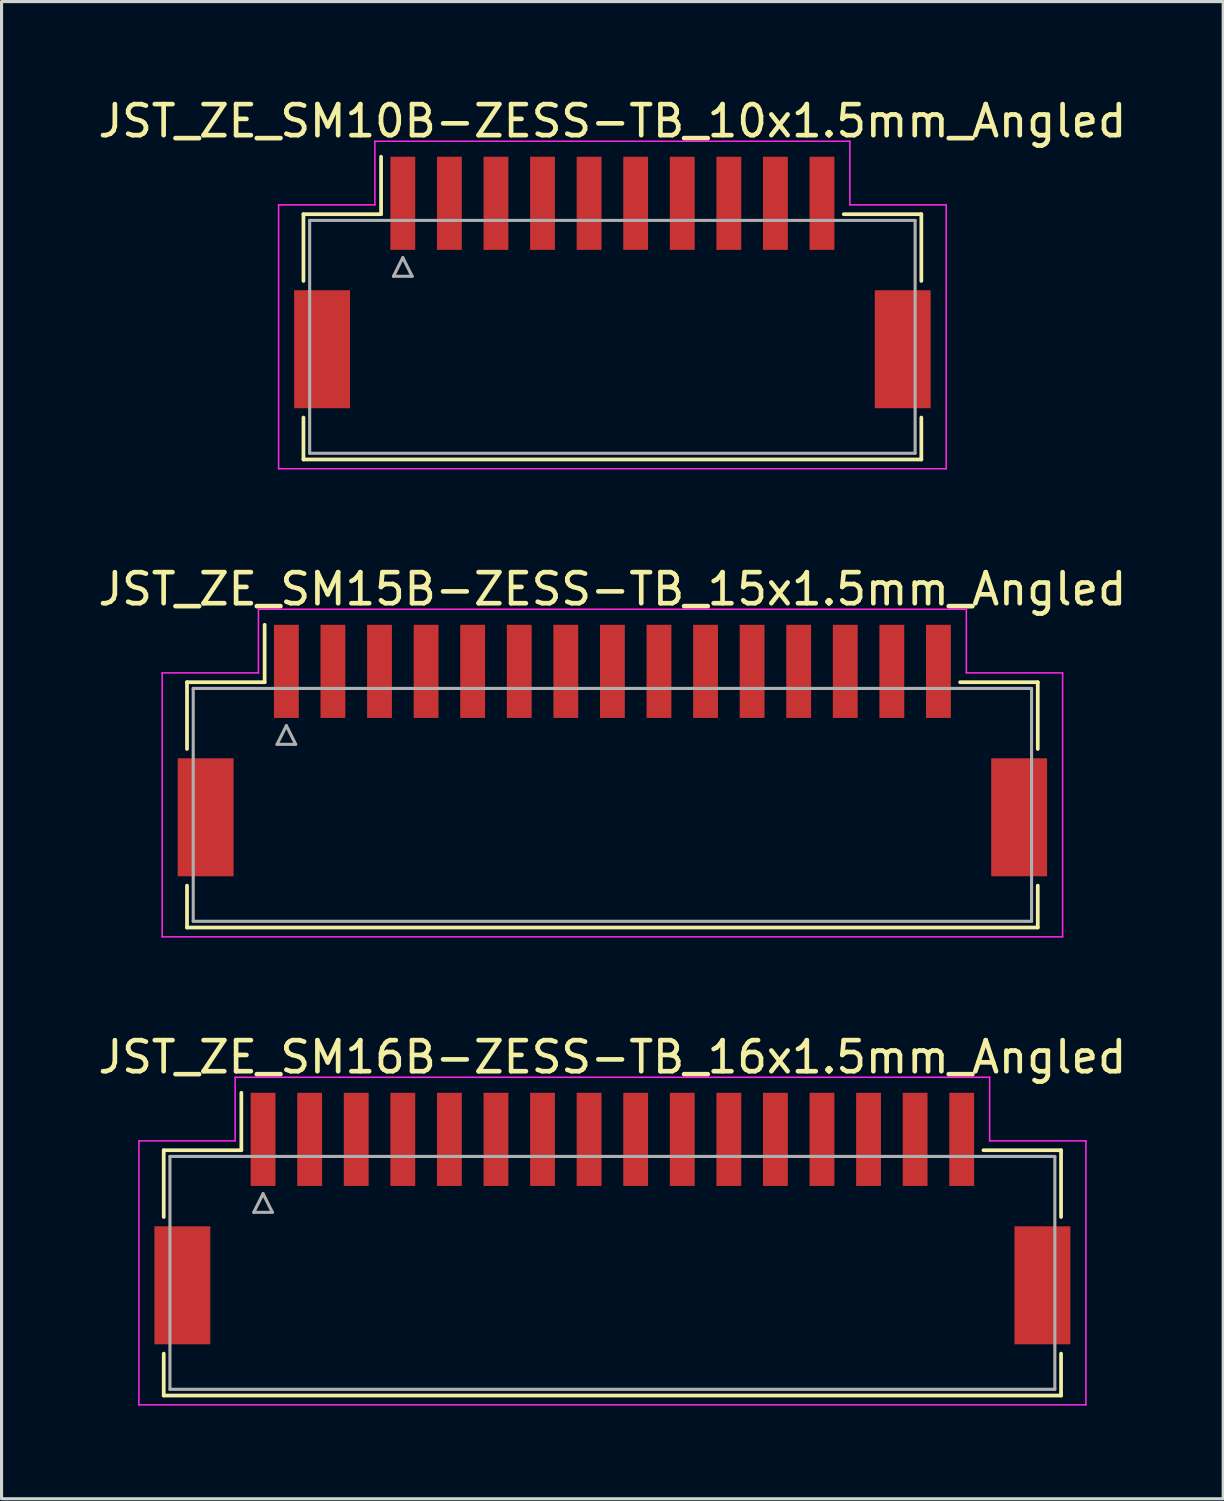
<source format=kicad_pcb>
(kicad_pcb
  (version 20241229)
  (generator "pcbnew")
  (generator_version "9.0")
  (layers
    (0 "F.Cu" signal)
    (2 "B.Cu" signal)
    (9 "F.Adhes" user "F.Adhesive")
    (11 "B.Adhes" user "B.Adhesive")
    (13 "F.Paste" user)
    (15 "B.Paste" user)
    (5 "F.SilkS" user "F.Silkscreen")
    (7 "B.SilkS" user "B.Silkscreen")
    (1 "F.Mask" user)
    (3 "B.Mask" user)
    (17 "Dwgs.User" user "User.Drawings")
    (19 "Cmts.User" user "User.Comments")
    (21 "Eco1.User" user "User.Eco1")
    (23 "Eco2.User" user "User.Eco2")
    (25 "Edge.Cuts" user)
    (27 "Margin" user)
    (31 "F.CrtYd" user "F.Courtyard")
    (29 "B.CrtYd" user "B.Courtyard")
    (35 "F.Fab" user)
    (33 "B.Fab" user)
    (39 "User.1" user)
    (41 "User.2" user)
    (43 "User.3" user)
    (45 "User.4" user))
  (footprint "JST_ZE_SM15B-ZESS-TB_15x1.5mm_Angled"
    (layer "F.Cu")
    (at 16.673 20.922)
    (property "Reference" "JST_ZE_SM15B-ZESS-TB_15x1.5mm_Angled" (at 0 -5 0) (layer "F.SilkS") (effects (font (size 1 1) (thickness 0.15))))
    (attr smd)
    (fp_line (start -13.7 -2) (end -11.2 -2) (stroke (width 0.12) (type solid)) (layer "F.SilkS"))
    (fp_line (start -13.7 0.15) (end -13.7 -2) (stroke (width 0.12) (type solid)) (layer "F.SilkS"))
    (fp_line (start -13.7 4.55) (end -13.7 5.9) (stroke (width 0.12) (type solid)) (layer "F.SilkS"))
    (fp_line (start -13.7 5.9) (end 13.7 5.9) (stroke (width 0.12) (type solid)) (layer "F.SilkS"))
    (fp_line (start -11.2 -2) (end -11.2 -3.85) (stroke (width 0.12) (type solid)) (layer "F.SilkS"))
    (fp_line (start 13.7 -2) (end 11.2 -2) (stroke (width 0.12) (type solid)) (layer "F.SilkS"))
    (fp_line (start 13.7 0.15) (end 13.7 -2) (stroke (width 0.12) (type solid)) (layer "F.SilkS"))
    (fp_line (start 13.7 5.9) (end 13.7 4.55) (stroke (width 0.12) (type solid)) (layer "F.SilkS"))
    (fp_line (start -14.5 -2.3) (end -14.5 6.2) (stroke (width 0.05) (type solid)) (layer "F.CrtYd"))
    (fp_line (start -14.5 6.2) (end 14.5 6.2) (stroke (width 0.05) (type solid)) (layer "F.CrtYd"))
    (fp_line (start -11.4 -4.35) (end -11.4 -2.3) (stroke (width 0.05) (type solid)) (layer "F.CrtYd"))
    (fp_line (start -11.4 -2.3) (end -14.5 -2.3) (stroke (width 0.05) (type solid)) (layer "F.CrtYd"))
    (fp_line (start 11.4 -4.35) (end -11.4 -4.35) (stroke (width 0.05) (type solid)) (layer "F.CrtYd"))
    (fp_line (start 11.4 -2.3) (end 11.4 -4.35) (stroke (width 0.05) (type solid)) (layer "F.CrtYd"))
    (fp_line (start 14.5 -2.3) (end 11.4 -2.3) (stroke (width 0.05) (type solid)) (layer "F.CrtYd"))
    (fp_line (start 14.5 6.2) (end 14.5 -2.3) (stroke (width 0.05) (type solid)) (layer "F.CrtYd"))
    (fp_line (start -13.5 -1.8) (end -13.5 5.7) (stroke (width 0.1) (type solid)) (layer "F.Fab"))
    (fp_line (start -13.5 5.7) (end 13.5 5.7) (stroke (width 0.1) (type solid)) (layer "F.Fab"))
    (fp_line (start -10.8 0) (end -10.2 0) (stroke (width 0.1) (type solid)) (layer "F.Fab"))
    (fp_line (start -10.5 -0.6) (end -10.8 0) (stroke (width 0.1) (type solid)) (layer "F.Fab"))
    (fp_line (start -10.2 0) (end -10.5 -0.6) (stroke (width 0.1) (type solid)) (layer "F.Fab"))
    (fp_line (start 13.5 -1.8) (end -13.5 -1.8) (stroke (width 0.1) (type solid)) (layer "F.Fab"))
    (fp_line (start 13.5 5.7) (end 13.5 -1.8) (stroke (width 0.1) (type solid)) (layer "F.Fab"))
    (pad "" smd rect (at -13.1 2.35) (size 1.8 3.8) (layers "F.Cu" "F.Mask" "F.Paste"))
    (pad "" smd rect (at 13.1 2.35) (size 1.8 3.8) (layers "F.Cu" "F.Mask" "F.Paste"))
    (pad "1" smd rect (at -10.5 -2.35) (size 0.8 3) (layers "F.Cu" "F.Mask" "F.Paste"))
    (pad "2" smd rect (at -9 -2.35) (size 0.8 3) (layers "F.Cu" "F.Mask" "F.Paste"))
    (pad "3" smd rect (at -7.5 -2.35) (size 0.8 3) (layers "F.Cu" "F.Mask" "F.Paste"))
    (pad "4" smd rect (at -6 -2.35) (size 0.8 3) (layers "F.Cu" "F.Mask" "F.Paste"))
    (pad "5" smd rect (at -4.5 -2.35) (size 0.8 3) (layers "F.Cu" "F.Mask" "F.Paste"))
    (pad "6" smd rect (at -3 -2.35) (size 0.8 3) (layers "F.Cu" "F.Mask" "F.Paste"))
    (pad "7" smd rect (at -1.5 -2.35) (size 0.8 3) (layers "F.Cu" "F.Mask" "F.Paste"))
    (pad "8" smd rect (at 0 -2.35) (size 0.8 3) (layers "F.Cu" "F.Mask" "F.Paste"))
    (pad "9" smd rect (at 1.5 -2.35) (size 0.8 3) (layers "F.Cu" "F.Mask" "F.Paste"))
    (pad "10" smd rect (at 3 -2.35) (size 0.8 3) (layers "F.Cu" "F.Mask" "F.Paste"))
    (pad "11" smd rect (at 4.5 -2.35) (size 0.8 3) (layers "F.Cu" "F.Mask" "F.Paste"))
    (pad "12" smd rect (at 6 -2.35) (size 0.8 3) (layers "F.Cu" "F.Mask" "F.Paste"))
    (pad "13" smd rect (at 7.5 -2.35) (size 0.8 3) (layers "F.Cu" "F.Mask" "F.Paste"))
    (pad "14" smd rect (at 9 -2.35) (size 0.8 3) (layers "F.Cu" "F.Mask" "F.Paste"))
    (pad "15" smd rect (at 10.5 -2.35) (size 0.8 3) (layers "F.Cu" "F.Mask" "F.Paste")))
  (footprint "JST_ZE_SM16B-ZESS-TB_16x1.5mm_Angled"
    (layer "F.Cu")
    (at 16.673 35.995)
    (property "Reference" "JST_ZE_SM16B-ZESS-TB_16x1.5mm_Angled" (at 0 -5 0) (layer "F.SilkS") (effects (font (size 1 1) (thickness 0.15))))
    (attr smd)
    (fp_line (start -14.45 -2) (end -11.95 -2) (stroke (width 0.12) (type solid)) (layer "F.SilkS"))
    (fp_line (start -14.45 0.15) (end -14.45 -2) (stroke (width 0.12) (type solid)) (layer "F.SilkS"))
    (fp_line (start -14.45 4.55) (end -14.45 5.9) (stroke (width 0.12) (type solid)) (layer "F.SilkS"))
    (fp_line (start -14.45 5.9) (end 14.45 5.9) (stroke (width 0.12) (type solid)) (layer "F.SilkS"))
    (fp_line (start -11.95 -2) (end -11.95 -3.85) (stroke (width 0.12) (type solid)) (layer "F.SilkS"))
    (fp_line (start 14.45 -2) (end 11.95 -2) (stroke (width 0.12) (type solid)) (layer "F.SilkS"))
    (fp_line (start 14.45 0.15) (end 14.45 -2) (stroke (width 0.12) (type solid)) (layer "F.SilkS"))
    (fp_line (start 14.45 5.9) (end 14.45 4.55) (stroke (width 0.12) (type solid)) (layer "F.SilkS"))
    (fp_line (start -15.25 -2.3) (end -15.25 6.2) (stroke (width 0.05) (type solid)) (layer "F.CrtYd"))
    (fp_line (start -15.25 6.2) (end 15.25 6.2) (stroke (width 0.05) (type solid)) (layer "F.CrtYd"))
    (fp_line (start -12.15 -4.35) (end -12.15 -2.3) (stroke (width 0.05) (type solid)) (layer "F.CrtYd"))
    (fp_line (start -12.15 -2.3) (end -15.25 -2.3) (stroke (width 0.05) (type solid)) (layer "F.CrtYd"))
    (fp_line (start 12.15 -4.35) (end -12.15 -4.35) (stroke (width 0.05) (type solid)) (layer "F.CrtYd"))
    (fp_line (start 12.15 -2.3) (end 12.15 -4.35) (stroke (width 0.05) (type solid)) (layer "F.CrtYd"))
    (fp_line (start 15.25 -2.3) (end 12.15 -2.3) (stroke (width 0.05) (type solid)) (layer "F.CrtYd"))
    (fp_line (start 15.25 6.2) (end 15.25 -2.3) (stroke (width 0.05) (type solid)) (layer "F.CrtYd"))
    (fp_line (start -14.25 -1.8) (end -14.25 5.7) (stroke (width 0.1) (type solid)) (layer "F.Fab"))
    (fp_line (start -14.25 5.7) (end 14.25 5.7) (stroke (width 0.1) (type solid)) (layer "F.Fab"))
    (fp_line (start -11.55 0) (end -10.95 0) (stroke (width 0.1) (type solid)) (layer "F.Fab"))
    (fp_line (start -11.25 -0.6) (end -11.55 0) (stroke (width 0.1) (type solid)) (layer "F.Fab"))
    (fp_line (start -10.95 0) (end -11.25 -0.6) (stroke (width 0.1) (type solid)) (layer "F.Fab"))
    (fp_line (start 14.25 -1.8) (end -14.25 -1.8) (stroke (width 0.1) (type solid)) (layer "F.Fab"))
    (fp_line (start 14.25 5.7) (end 14.25 -1.8) (stroke (width 0.1) (type solid)) (layer "F.Fab"))
    (pad "" smd rect (at -13.85 2.35) (size 1.8 3.8) (layers "F.Cu" "F.Mask" "F.Paste"))
    (pad "" smd rect (at 13.85 2.35) (size 1.8 3.8) (layers "F.Cu" "F.Mask" "F.Paste"))
    (pad "1" smd rect (at -11.25 -2.35) (size 0.8 3) (layers "F.Cu" "F.Mask" "F.Paste"))
    (pad "2" smd rect (at -9.75 -2.35) (size 0.8 3) (layers "F.Cu" "F.Mask" "F.Paste"))
    (pad "3" smd rect (at -8.25 -2.35) (size 0.8 3) (layers "F.Cu" "F.Mask" "F.Paste"))
    (pad "4" smd rect (at -6.75 -2.35) (size 0.8 3) (layers "F.Cu" "F.Mask" "F.Paste"))
    (pad "5" smd rect (at -5.25 -2.35) (size 0.8 3) (layers "F.Cu" "F.Mask" "F.Paste"))
    (pad "6" smd rect (at -3.75 -2.35) (size 0.8 3) (layers "F.Cu" "F.Mask" "F.Paste"))
    (pad "7" smd rect (at -2.25 -2.35) (size 0.8 3) (layers "F.Cu" "F.Mask" "F.Paste"))
    (pad "8" smd rect (at -0.75 -2.35) (size 0.8 3) (layers "F.Cu" "F.Mask" "F.Paste"))
    (pad "9" smd rect (at 0.75 -2.35) (size 0.8 3) (layers "F.Cu" "F.Mask" "F.Paste"))
    (pad "10" smd rect (at 2.25 -2.35) (size 0.8 3) (layers "F.Cu" "F.Mask" "F.Paste"))
    (pad "11" smd rect (at 3.75 -2.35) (size 0.8 3) (layers "F.Cu" "F.Mask" "F.Paste"))
    (pad "12" smd rect (at 5.25 -2.35) (size 0.8 3) (layers "F.Cu" "F.Mask" "F.Paste"))
    (pad "13" smd rect (at 6.75 -2.35) (size 0.8 3) (layers "F.Cu" "F.Mask" "F.Paste"))
    (pad "14" smd rect (at 8.25 -2.35) (size 0.8 3) (layers "F.Cu" "F.Mask" "F.Paste"))
    (pad "15" smd rect (at 9.75 -2.35) (size 0.8 3) (layers "F.Cu" "F.Mask" "F.Paste"))
    (pad "16" smd rect (at 11.25 -2.35) (size 0.8 3) (layers "F.Cu" "F.Mask" "F.Paste")))
  (footprint "JST_ZE_SM10B-ZESS-TB_10x1.5mm_Angled"
    (layer "F.Cu")
    (at 16.673 5.848)
    (property "Reference" "JST_ZE_SM10B-ZESS-TB_10x1.5mm_Angled" (at 0 -5 0) (layer "F.SilkS") (effects (font (size 1 1) (thickness 0.15))))
    (attr smd)
    (fp_line (start -9.95 -2) (end -7.45 -2) (stroke (width 0.12) (type solid)) (layer "F.SilkS"))
    (fp_line (start -9.95 0.15) (end -9.95 -2) (stroke (width 0.12) (type solid)) (layer "F.SilkS"))
    (fp_line (start -9.95 4.55) (end -9.95 5.9) (stroke (width 0.12) (type solid)) (layer "F.SilkS"))
    (fp_line (start -9.95 5.9) (end 9.95 5.9) (stroke (width 0.12) (type solid)) (layer "F.SilkS"))
    (fp_line (start -7.45 -2) (end -7.45 -3.85) (stroke (width 0.12) (type solid)) (layer "F.SilkS"))
    (fp_line (start 9.95 -2) (end 7.45 -2) (stroke (width 0.12) (type solid)) (layer "F.SilkS"))
    (fp_line (start 9.95 0.15) (end 9.95 -2) (stroke (width 0.12) (type solid)) (layer "F.SilkS"))
    (fp_line (start 9.95 5.9) (end 9.95 4.55) (stroke (width 0.12) (type solid)) (layer "F.SilkS"))
    (fp_line (start -10.75 -2.3) (end -10.75 6.2) (stroke (width 0.05) (type solid)) (layer "F.CrtYd"))
    (fp_line (start -10.75 6.2) (end 10.75 6.2) (stroke (width 0.05) (type solid)) (layer "F.CrtYd"))
    (fp_line (start -7.65 -4.35) (end -7.65 -2.3) (stroke (width 0.05) (type solid)) (layer "F.CrtYd"))
    (fp_line (start -7.65 -2.3) (end -10.75 -2.3) (stroke (width 0.05) (type solid)) (layer "F.CrtYd"))
    (fp_line (start 7.65 -4.35) (end -7.65 -4.35) (stroke (width 0.05) (type solid)) (layer "F.CrtYd"))
    (fp_line (start 7.65 -2.3) (end 7.65 -4.35) (stroke (width 0.05) (type solid)) (layer "F.CrtYd"))
    (fp_line (start 10.75 -2.3) (end 7.65 -2.3) (stroke (width 0.05) (type solid)) (layer "F.CrtYd"))
    (fp_line (start 10.75 6.2) (end 10.75 -2.3) (stroke (width 0.05) (type solid)) (layer "F.CrtYd"))
    (fp_line (start -9.75 -1.8) (end -9.75 5.7) (stroke (width 0.1) (type solid)) (layer "F.Fab"))
    (fp_line (start -9.75 5.7) (end 9.75 5.7) (stroke (width 0.1) (type solid)) (layer "F.Fab"))
    (fp_line (start -7.05 0) (end -6.45 0) (stroke (width 0.1) (type solid)) (layer "F.Fab"))
    (fp_line (start -6.75 -0.6) (end -7.05 0) (stroke (width 0.1) (type solid)) (layer "F.Fab"))
    (fp_line (start -6.45 0) (end -6.75 -0.6) (stroke (width 0.1) (type solid)) (layer "F.Fab"))
    (fp_line (start 9.75 -1.8) (end -9.75 -1.8) (stroke (width 0.1) (type solid)) (layer "F.Fab"))
    (fp_line (start 9.75 5.7) (end 9.75 -1.8) (stroke (width 0.1) (type solid)) (layer "F.Fab"))
    (pad "" smd rect (at -9.35 2.35) (size 1.8 3.8) (layers "F.Cu" "F.Mask" "F.Paste"))
    (pad "" smd rect (at 9.35 2.35) (size 1.8 3.8) (layers "F.Cu" "F.Mask" "F.Paste"))
    (pad "1" smd rect (at -6.75 -2.35) (size 0.8 3) (layers "F.Cu" "F.Mask" "F.Paste"))
    (pad "2" smd rect (at -5.25 -2.35) (size 0.8 3) (layers "F.Cu" "F.Mask" "F.Paste"))
    (pad "3" smd rect (at -3.75 -2.35) (size 0.8 3) (layers "F.Cu" "F.Mask" "F.Paste"))
    (pad "4" smd rect (at -2.25 -2.35) (size 0.8 3) (layers "F.Cu" "F.Mask" "F.Paste"))
    (pad "5" smd rect (at -0.75 -2.35) (size 0.8 3) (layers "F.Cu" "F.Mask" "F.Paste"))
    (pad "6" smd rect (at 0.75 -2.35) (size 0.8 3) (layers "F.Cu" "F.Mask" "F.Paste"))
    (pad "7" smd rect (at 2.25 -2.35) (size 0.8 3) (layers "F.Cu" "F.Mask" "F.Paste"))
    (pad "8" smd rect (at 3.75 -2.35) (size 0.8 3) (layers "F.Cu" "F.Mask" "F.Paste"))
    (pad "9" smd rect (at 5.25 -2.35) (size 0.8 3) (layers "F.Cu" "F.Mask" "F.Paste"))
    (pad "10" smd rect (at 6.75 -2.35) (size 0.8 3) (layers "F.Cu" "F.Mask" "F.Paste")))
  (gr_rect
    (start -3 -3)
    (end 36.345 45.22)
    (stroke (width 0.1) (type default))
    (fill no)
    (layer "Edge.Cuts")))
</source>
